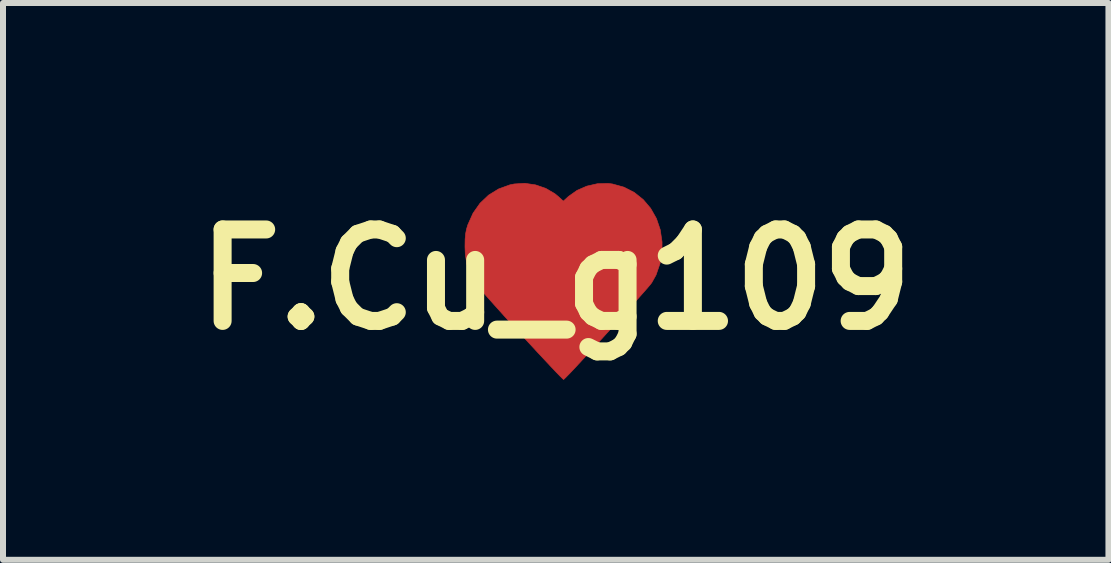
<source format=kicad_pcb>
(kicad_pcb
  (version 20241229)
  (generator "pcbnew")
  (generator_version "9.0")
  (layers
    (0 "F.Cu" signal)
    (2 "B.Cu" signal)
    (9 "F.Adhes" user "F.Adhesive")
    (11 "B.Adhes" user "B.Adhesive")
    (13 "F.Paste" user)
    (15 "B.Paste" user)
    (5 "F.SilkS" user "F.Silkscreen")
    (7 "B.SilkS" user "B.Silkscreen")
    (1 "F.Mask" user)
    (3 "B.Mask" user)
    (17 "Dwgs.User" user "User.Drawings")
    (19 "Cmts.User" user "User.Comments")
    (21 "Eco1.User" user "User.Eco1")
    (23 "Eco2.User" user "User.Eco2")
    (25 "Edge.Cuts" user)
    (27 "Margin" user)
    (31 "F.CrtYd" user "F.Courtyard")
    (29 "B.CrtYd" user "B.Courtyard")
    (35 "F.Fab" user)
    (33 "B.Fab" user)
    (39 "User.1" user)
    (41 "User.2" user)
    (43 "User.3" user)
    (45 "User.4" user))
  (footprint "F.Cu_g109"
    (layer "F.Cu")
    (at 6.212 1.609)
    (property "Reference" "F.Cu_g109" (at 0 0 0) (layer "F.SilkS") (effects (font (size 1.524 1.524) (thickness 0.3))))
    (attr through_hole)
    (fp_poly (pts (xy -0.337 -1.578) (xy -0.167 -1.52) (xy -0.016 -1.432) (xy 0.04 -1.386) (xy 0.127 -1.307) (xy 0.214 -1.386) (xy 0.355 -1.486) (xy 0.518 -1.557) (xy 0.694 -1.597) (xy 0.872 -1.602) (xy 0.945 -1.593) (xy 1.137 -1.54) (xy 1.309 -1.452) (xy 1.458 -1.333) (xy 1.582 -1.187) (xy 1.678 -1.018) (xy 1.742 -0.83) (xy 1.772 -0.627) (xy 1.771 -0.487) (xy 1.739 -0.27) (xy 1.672 -0.076) (xy 1.6 0.053) (xy 1.576 0.084) (xy 1.527 0.142) (xy 1.457 0.222) (xy 1.369 0.321) (xy 1.267 0.435) (xy 1.154 0.561) (xy 1.033 0.694) (xy 0.908 0.832) (xy 0.782 0.971) (xy 0.658 1.106) (xy 0.54 1.235) (xy 0.43 1.354) (xy 0.333 1.459) (xy 0.251 1.546) (xy 0.187 1.612) (xy 0.146 1.653) (xy 0.131 1.666) (xy 0.114 1.652) (xy 0.072 1.61) (xy 0.006 1.542) (xy -0.079 1.452) (xy -0.182 1.342) (xy -0.3 1.216) (xy -0.429 1.076) (xy -0.568 0.926) (xy -0.59 0.901) (xy -0.732 0.746) (xy -0.867 0.597) (xy -0.992 0.458) (xy -1.104 0.333) (xy -1.199 0.225) (xy -1.275 0.137) (xy -1.328 0.073) (xy -1.356 0.036) (xy -1.357 0.035) (xy -1.434 -0.11) (xy -1.482 -0.258) (xy -1.507 -0.423) (xy -1.512 -0.55) (xy -1.51 -0.67) (xy -1.502 -0.763) (xy -1.486 -0.843) (xy -1.465 -0.912) (xy -1.378 -1.106) (xy -1.262 -1.271) (xy -1.119 -1.407) (xy -0.952 -1.51) (xy -0.765 -1.578) (xy -0.691 -1.593) (xy -0.515 -1.604) (xy -0.337 -1.578)) (stroke (width 0.01) (type solid)) (fill yes) (layer "F.Cu")))
  (gr_rect
    (start -3 -3)
    (end 15.424 6.28)
    (stroke (width 0.1) (type default))
    (fill no)
    (layer "Edge.Cuts")))
</source>
